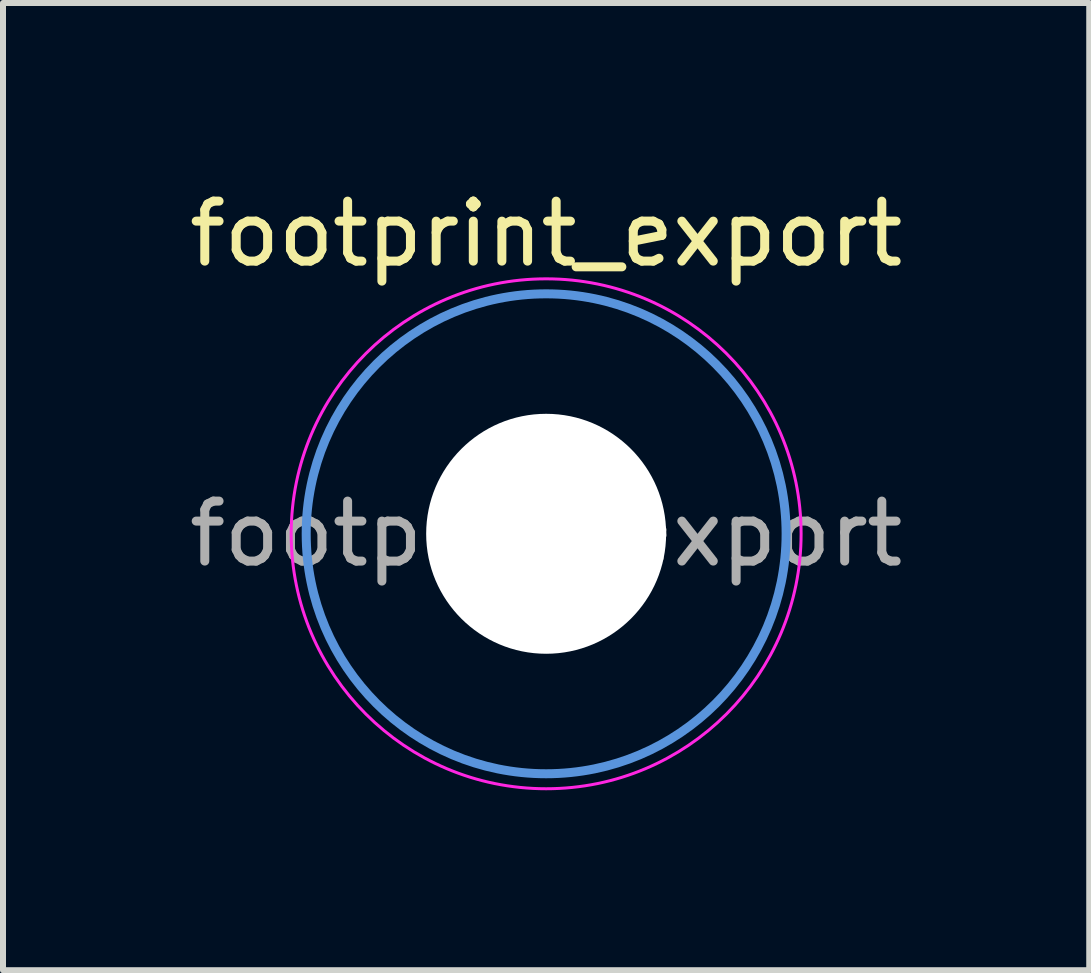
<source format=kicad_pcb>
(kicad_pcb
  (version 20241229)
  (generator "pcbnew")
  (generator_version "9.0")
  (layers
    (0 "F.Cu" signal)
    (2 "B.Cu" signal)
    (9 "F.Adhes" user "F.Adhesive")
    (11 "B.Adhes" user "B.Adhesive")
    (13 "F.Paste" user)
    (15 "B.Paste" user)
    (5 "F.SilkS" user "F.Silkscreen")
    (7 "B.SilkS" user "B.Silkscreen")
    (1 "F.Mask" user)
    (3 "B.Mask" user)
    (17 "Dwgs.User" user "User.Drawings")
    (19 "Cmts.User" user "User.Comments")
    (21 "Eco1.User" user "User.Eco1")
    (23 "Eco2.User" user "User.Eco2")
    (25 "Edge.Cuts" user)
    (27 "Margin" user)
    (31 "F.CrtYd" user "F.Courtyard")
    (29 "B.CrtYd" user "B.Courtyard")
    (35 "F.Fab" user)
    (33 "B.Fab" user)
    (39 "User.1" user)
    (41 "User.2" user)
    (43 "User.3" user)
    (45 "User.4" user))
  (footprint "footprint_export"
    (layer "F.Cu")
    (at 6.054 5.848)
    (property "Reference" "footprint_export" (at 0 -5 0) (layer "F.SilkS") (effects (font (size 1 1) (thickness 0.15))))
    (attr exclude_from_pos_files exclude_from_bom)
    (fp_circle (center 0 0) (end 4 0) (stroke (width 0.15) (type solid)) (fill no) (layer "Cmts.User"))
    (fp_circle (center 0 0) (end 4.25 0) (stroke (width 0.05) (type solid)) (fill no) (layer "F.CrtYd"))
    (fp_text user "${REFERENCE}" (at 0 0 0) (layer "F.Fab") (effects (font (size 1 1) (thickness 0.15))))
    (pad "" np_thru_hole circle (at 0 0) (size 4 4) (drill 4) (layers "*.Cu" "*.Mask")))
  (gr_rect
    (start -3 -3)
    (end 15.107 13.123)
    (stroke (width 0.1) (type default))
    (fill no)
    (layer "Edge.Cuts")))
</source>
